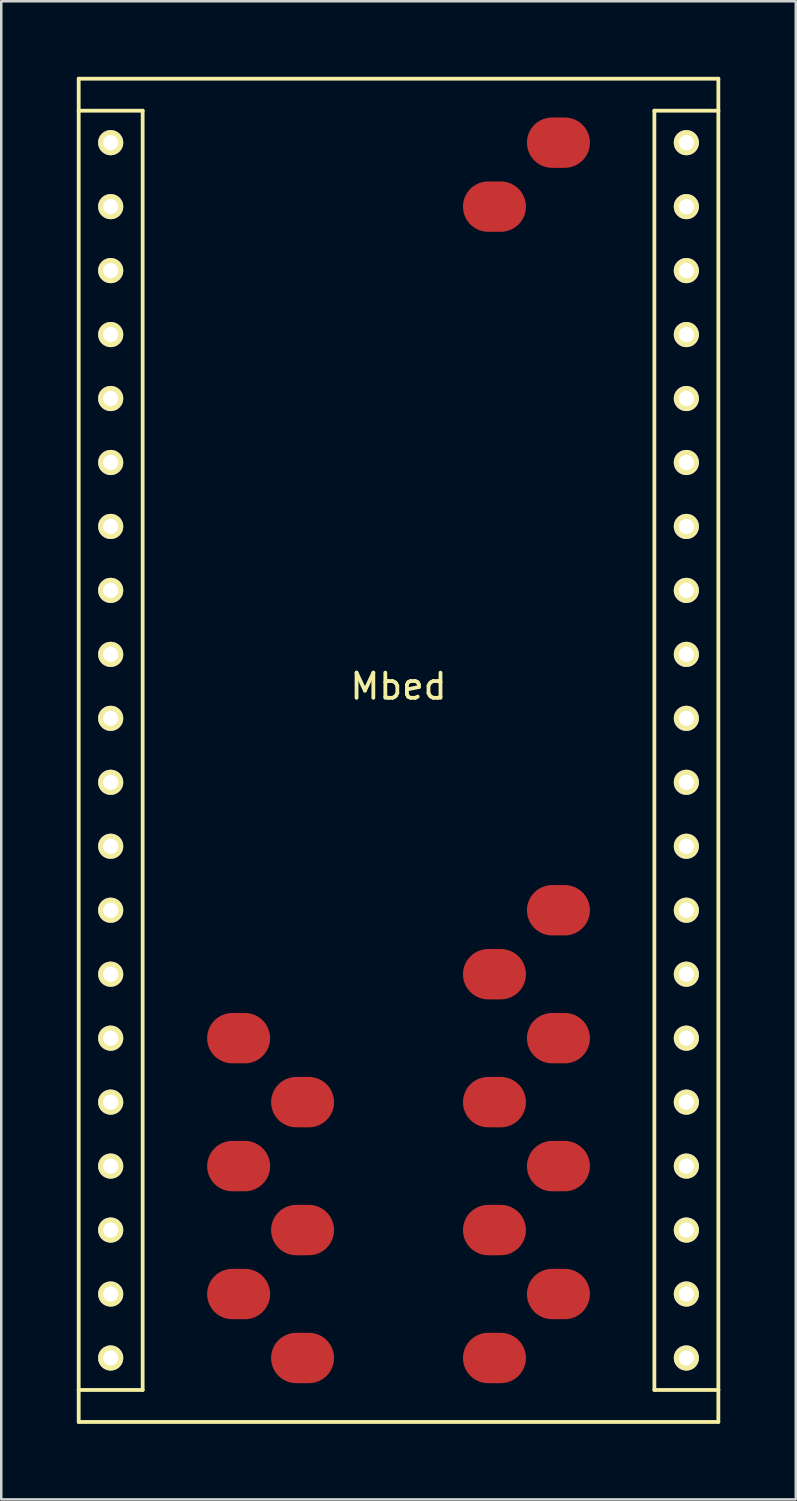
<source format=kicad_pcb>
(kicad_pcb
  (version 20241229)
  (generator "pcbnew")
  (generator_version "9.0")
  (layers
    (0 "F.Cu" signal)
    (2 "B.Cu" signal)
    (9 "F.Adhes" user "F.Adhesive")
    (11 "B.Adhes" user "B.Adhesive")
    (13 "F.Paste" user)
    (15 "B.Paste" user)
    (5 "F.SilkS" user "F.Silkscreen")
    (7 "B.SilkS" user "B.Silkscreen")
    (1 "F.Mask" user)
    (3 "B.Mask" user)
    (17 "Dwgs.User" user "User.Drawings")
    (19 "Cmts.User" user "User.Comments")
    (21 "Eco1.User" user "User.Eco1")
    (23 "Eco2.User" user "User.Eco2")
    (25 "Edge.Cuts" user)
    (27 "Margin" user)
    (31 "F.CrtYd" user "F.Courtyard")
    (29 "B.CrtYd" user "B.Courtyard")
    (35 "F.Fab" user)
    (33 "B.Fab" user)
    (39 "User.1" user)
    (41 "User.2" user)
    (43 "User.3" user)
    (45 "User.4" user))
  (footprint "Mbed"
    (layer "F.Cu")
    (at 11.505 28.015)
    (property "Reference" "Mbed" (at 1.27 -3.81 0) (layer "F.SilkS") (effects (font (size 1 1) (thickness 0.15))))
    (attr through_hole)
    (fp_line (start -11.43 -27.94) (end -11.43 -26.67) (stroke (width 0.15) (type solid)) (layer "F.SilkS"))
    (fp_line (start -11.43 -27.94) (end 13.97 -27.94) (stroke (width 0.15) (type solid)) (layer "F.SilkS"))
    (fp_line (start -11.43 -26.67) (end -8.89 -26.67) (stroke (width 0.15) (type solid)) (layer "F.SilkS"))
    (fp_line (start -11.43 24.13) (end -11.43 -26.67) (stroke (width 0.15) (type solid)) (layer "F.SilkS"))
    (fp_line (start -11.43 24.13) (end -11.43 25.4) (stroke (width 0.15) (type solid)) (layer "F.SilkS"))
    (fp_line (start -11.43 25.4) (end 13.97 25.4) (stroke (width 0.15) (type solid)) (layer "F.SilkS"))
    (fp_line (start -8.89 -26.67) (end -8.89 24.13) (stroke (width 0.15) (type solid)) (layer "F.SilkS"))
    (fp_line (start -8.89 24.13) (end -11.43 24.13) (stroke (width 0.15) (type solid)) (layer "F.SilkS"))
    (fp_line (start 11.43 -26.67) (end 13.97 -26.67) (stroke (width 0.15) (type solid)) (layer "F.SilkS"))
    (fp_line (start 11.43 24.13) (end 11.43 -26.67) (stroke (width 0.15) (type solid)) (layer "F.SilkS"))
    (fp_line (start 13.97 -27.94) (end 13.97 -26.67) (stroke (width 0.15) (type solid)) (layer "F.SilkS"))
    (fp_line (start 13.97 -26.67) (end 13.97 24.13) (stroke (width 0.15) (type solid)) (layer "F.SilkS"))
    (fp_line (start 13.97 24.13) (end 11.43 24.13) (stroke (width 0.15) (type solid)) (layer "F.SilkS"))
    (fp_line (start 13.97 25.4) (end 13.97 24.13) (stroke (width 0.15) (type solid)) (layer "F.SilkS"))
    (pad "1" thru_hole circle (at -10.16 -25.4) (size 1 1) (drill 0.6) (layers "*.Cu" "*.Mask" "F.SilkS"))
    (pad "2" thru_hole circle (at -10.16 -22.86) (size 1 1) (drill 0.6) (layers "*.Cu" "*.Mask" "F.SilkS"))
    (pad "3" thru_hole circle (at -10.16 -20.32) (size 1 1) (drill 0.6) (layers "*.Cu" "*.Mask" "F.SilkS"))
    (pad "4" thru_hole circle (at -10.16 -17.78) (size 1 1) (drill 0.6) (layers "*.Cu" "*.Mask" "F.SilkS"))
    (pad "5" thru_hole circle (at -10.16 -15.24) (size 1 1) (drill 0.6) (layers "*.Cu" "*.Mask" "F.SilkS"))
    (pad "6" thru_hole circle (at -10.16 -12.7) (size 1 1) (drill 0.6) (layers "*.Cu" "*.Mask" "F.SilkS"))
    (pad "7" thru_hole circle (at -10.16 -10.16) (size 1 1) (drill 0.6) (layers "*.Cu" "*.Mask" "F.SilkS"))
    (pad "8" thru_hole circle (at -10.16 -7.62) (size 1 1) (drill 0.6) (layers "*.Cu" "*.Mask" "F.SilkS"))
    (pad "9" thru_hole circle (at -10.16 -5.08) (size 1 1) (drill 0.6) (layers "*.Cu" "*.Mask" "F.SilkS"))
    (pad "10" thru_hole circle (at -10.16 -2.54) (size 1 1) (drill 0.6) (layers "*.Cu" "*.Mask" "F.SilkS"))
    (pad "11" thru_hole circle (at -10.16 0) (size 1 1) (drill 0.6) (layers "*.Cu" "*.Mask" "F.SilkS"))
    (pad "12" thru_hole circle (at -10.16 2.54) (size 1 1) (drill 0.6) (layers "*.Cu" "*.Mask" "F.SilkS"))
    (pad "13" thru_hole circle (at -10.16 5.08) (size 1 1) (drill 0.6) (layers "*.Cu" "*.Mask" "F.SilkS"))
    (pad "14" thru_hole circle (at -10.16 7.62) (size 1 1) (drill 0.6) (layers "*.Cu" "*.Mask" "F.SilkS"))
    (pad "15" thru_hole circle (at -10.16 10.16) (size 1 1) (drill 0.6) (layers "*.Cu" "*.Mask" "F.SilkS"))
    (pad "16" thru_hole circle (at -10.16 12.7) (size 1 1) (drill 0.6) (layers "*.Cu" "*.Mask" "F.SilkS"))
    (pad "17" thru_hole circle (at -10.16 15.24) (size 1 1) (drill 0.6) (layers "*.Cu" "*.Mask" "F.SilkS"))
    (pad "18" thru_hole circle (at -10.16 17.78) (size 1 1) (drill 0.6) (layers "*.Cu" "*.Mask" "F.SilkS"))
    (pad "19" thru_hole circle (at -10.16 20.32) (size 1 1) (drill 0.6) (layers "*.Cu" "*.Mask" "F.SilkS"))
    (pad "20" thru_hole circle (at -10.16 22.86) (size 1 1) (drill 0.6) (layers "*.Cu" "*.Mask" "F.SilkS"))
    (pad "21" thru_hole circle (at 12.7 22.86) (size 1 1) (drill 0.6) (layers "*.Cu" "*.Mask" "F.SilkS"))
    (pad "22" thru_hole circle (at 12.7 20.32) (size 1 1) (drill 0.6) (layers "*.Cu" "*.Mask" "F.SilkS"))
    (pad "23" thru_hole circle (at 12.7 17.78) (size 1 1) (drill 0.6) (layers "*.Cu" "*.Mask" "F.SilkS"))
    (pad "24" thru_hole circle (at 12.7 15.24) (size 1 1) (drill 0.6) (layers "*.Cu" "*.Mask" "F.SilkS"))
    (pad "25" thru_hole circle (at 12.7 12.7) (size 1 1) (drill 0.6) (layers "*.Cu" "*.Mask" "F.SilkS"))
    (pad "26" thru_hole circle (at 12.7 10.16) (size 1 1) (drill 0.6) (layers "*.Cu" "*.Mask" "F.SilkS"))
    (pad "27" thru_hole circle (at 12.7 7.62) (size 1 1) (drill 0.6) (layers "*.Cu" "*.Mask" "F.SilkS"))
    (pad "28" thru_hole circle (at 12.7 5.08) (size 1 1) (drill 0.6) (layers "*.Cu" "*.Mask" "F.SilkS"))
    (pad "29" thru_hole circle (at 12.7 2.54) (size 1 1) (drill 0.6) (layers "*.Cu" "*.Mask" "F.SilkS"))
    (pad "30" thru_hole circle (at 12.7 0) (size 1 1) (drill 0.6) (layers "*.Cu" "*.Mask" "F.SilkS"))
    (pad "31" thru_hole circle (at 12.7 -2.54) (size 1 1) (drill 0.6) (layers "*.Cu" "*.Mask" "F.SilkS"))
    (pad "32" thru_hole circle (at 12.7 -5.08) (size 1 1) (drill 0.6) (layers "*.Cu" "*.Mask" "F.SilkS"))
    (pad "33" thru_hole circle (at 12.7 -7.62) (size 1 1) (drill 0.6) (layers "*.Cu" "*.Mask" "F.SilkS"))
    (pad "34" thru_hole circle (at 12.7 -10.16) (size 1 1) (drill 0.6) (layers "*.Cu" "*.Mask" "F.SilkS"))
    (pad "35" thru_hole circle (at 12.7 -12.7) (size 1 1) (drill 0.6) (layers "*.Cu" "*.Mask" "F.SilkS"))
    (pad "36" thru_hole circle (at 12.7 -15.24) (size 1 1) (drill 0.6) (layers "*.Cu" "*.Mask" "F.SilkS"))
    (pad "37" thru_hole circle (at 12.7 -17.78) (size 1 1) (drill 0.6) (layers "*.Cu" "*.Mask" "F.SilkS"))
    (pad "38" thru_hole circle (at 12.7 -20.32) (size 1 1) (drill 0.6) (layers "*.Cu" "*.Mask" "F.SilkS"))
    (pad "39" thru_hole circle (at 12.7 -22.86) (size 1 1) (drill 0.6) (layers "*.Cu" "*.Mask" "F.SilkS"))
    (pad "40" thru_hole circle (at 12.7 -25.4) (size 1 1) (drill 0.6) (layers "*.Cu" "*.Mask" "F.SilkS"))
    (pad "41" smd oval (at -5.08 10.16) (size 2.5 2) (layers "F.Cu" "F.Mask" "F.Paste"))
    (pad "42" smd oval (at -2.54 12.7) (size 2.5 2) (layers "F.Cu" "F.Mask" "F.Paste"))
    (pad "43" smd oval (at -5.08 15.24) (size 2.5 2) (layers "F.Cu" "F.Mask" "F.Paste"))
    (pad "44" smd oval (at -2.54 17.78) (size 2.5 2) (layers "F.Cu" "F.Mask" "F.Paste"))
    (pad "45" smd oval (at -5.08 20.32) (size 2.5 2) (layers "F.Cu" "F.Mask" "F.Paste"))
    (pad "46" smd oval (at -2.54 22.86) (size 2.5 2) (layers "F.Cu" "F.Mask" "F.Paste"))
    (pad "47" smd oval (at 7.62 5.08) (size 2.5 2) (layers "F.Cu" "F.Mask" "F.Paste"))
    (pad "48" smd oval (at 5.08 7.62) (size 2.5 2) (layers "F.Cu" "F.Mask" "F.Paste"))
    (pad "49" smd oval (at 7.62 10.16) (size 2.5 2) (layers "F.Cu" "F.Mask" "F.Paste"))
    (pad "50" smd oval (at 5.08 12.7) (size 2.5 2) (layers "F.Cu" "F.Mask" "F.Paste"))
    (pad "51" smd oval (at 7.62 15.24) (size 2.5 2) (layers "F.Cu" "F.Mask" "F.Paste"))
    (pad "52" smd oval (at 5.08 17.78) (size 2.5 2) (layers "F.Cu" "F.Mask" "F.Paste"))
    (pad "53" smd oval (at 7.62 20.32) (size 2.5 2) (layers "F.Cu" "F.Mask" "F.Paste"))
    (pad "54" smd oval (at 5.08 22.86) (size 2.5 2) (layers "F.Cu" "F.Mask" "F.Paste"))
    (pad "55" smd oval (at 7.62 -25.4) (size 2.5 2) (layers "F.Cu" "F.Mask" "F.Paste"))
    (pad "56" smd oval (at 5.08 -22.86) (size 2.5 2) (layers "F.Cu" "F.Mask" "F.Paste")))
  (gr_rect
    (start -3 -3)
    (end 28.55 56.49)
    (stroke (width 0.1) (type default))
    (fill no)
    (layer "Edge.Cuts")))
</source>
